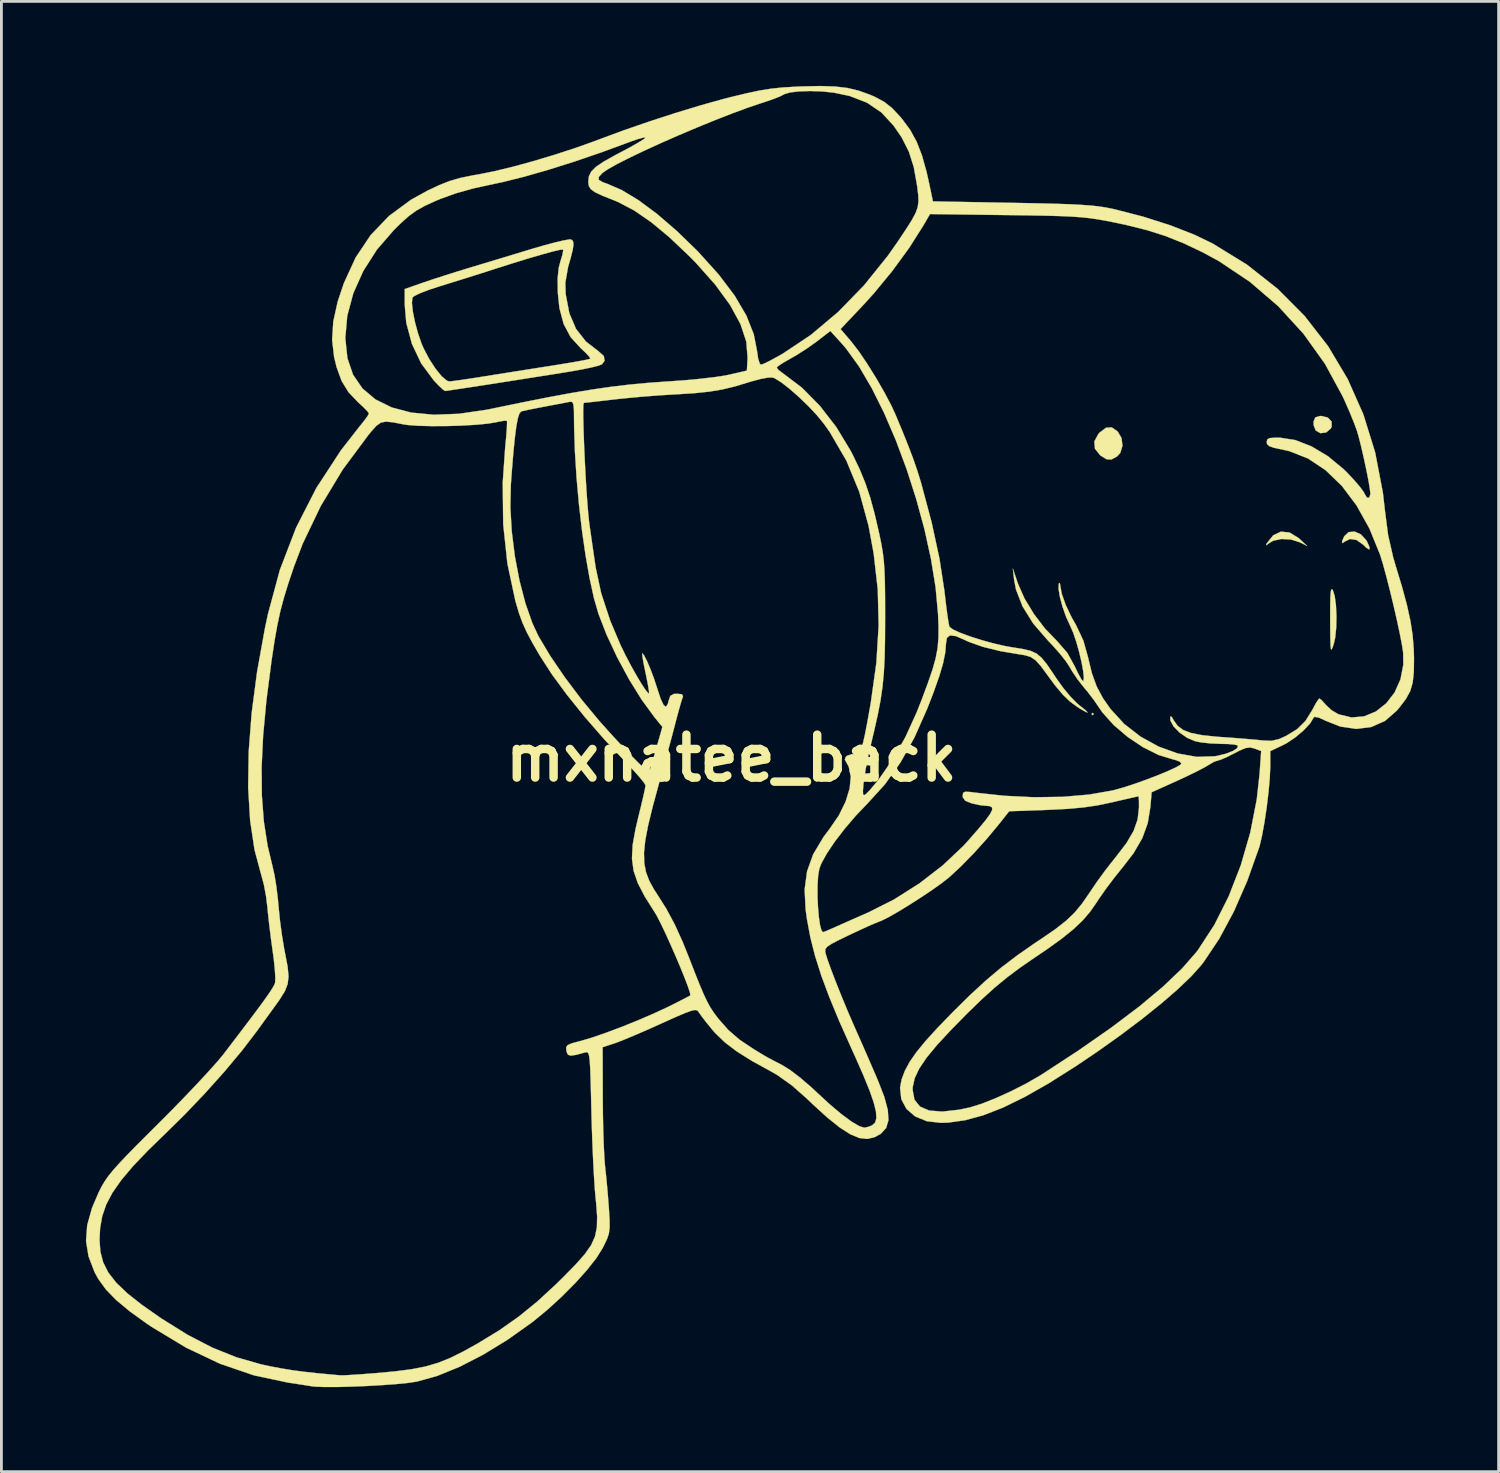
<source format=kicad_pcb>
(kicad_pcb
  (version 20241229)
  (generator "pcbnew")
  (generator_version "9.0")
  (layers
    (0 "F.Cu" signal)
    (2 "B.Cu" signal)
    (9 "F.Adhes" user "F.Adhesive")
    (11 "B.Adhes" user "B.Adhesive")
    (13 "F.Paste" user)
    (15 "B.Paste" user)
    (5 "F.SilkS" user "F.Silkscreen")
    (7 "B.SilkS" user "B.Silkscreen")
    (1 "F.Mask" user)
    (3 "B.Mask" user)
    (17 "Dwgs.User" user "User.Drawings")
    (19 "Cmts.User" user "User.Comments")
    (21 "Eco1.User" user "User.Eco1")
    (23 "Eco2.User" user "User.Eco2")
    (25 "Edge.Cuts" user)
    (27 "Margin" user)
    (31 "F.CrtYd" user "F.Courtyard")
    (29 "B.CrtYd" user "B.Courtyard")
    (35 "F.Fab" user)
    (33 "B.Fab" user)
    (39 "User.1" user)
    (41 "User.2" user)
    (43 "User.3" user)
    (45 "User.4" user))
  (footprint "mxnatee_back"
    (layer "F.Cu")
    (at 22.921 23.871)
    (property "Reference" "mxnatee_back" (at 0 0 0) (layer "F.SilkS") (effects (font (size 1.524 1.524) (thickness 0.3))))
    (attr through_hole)
    (fp_poly (pts (xy 12.869 -1.566) (xy 12.827 -1.524) (xy 12.785 -1.566) (xy 12.827 -1.609) (xy 12.869 -1.566)) (stroke (width 0.01) (type solid)) (fill yes) (layer "F.SilkS"))
    (fp_poly (pts (xy 21.179 -12.094) (xy 21.312 -11.953) (xy 21.315 -11.767) (xy 21.285 -11.705) (xy 21.119 -11.564) (xy 20.915 -11.539) (xy 20.751 -11.633) (xy 20.677 -11.815) (xy 20.673 -11.955) (xy 20.735 -12.1) (xy 20.894 -12.148) (xy 20.946 -12.15) (xy 21.179 -12.094)) (stroke (width 0.01) (type solid)) (fill yes) (layer "F.SilkS"))
    (fp_poly (pts (xy 19.82 -8.012) (xy 20.14 -7.816) (xy 20.17 -7.789) (xy 20.447 -7.534) (xy 20.193 -7.661) (xy 19.873 -7.763) (xy 19.532 -7.782) (xy 19.235 -7.719) (xy 19.106 -7.641) (xy 18.996 -7.558) (xy 18.993 -7.596) (xy 19.006 -7.62) (xy 19.238 -7.912) (xy 19.514 -8.043) (xy 19.82 -8.012)) (stroke (width 0.01) (type solid)) (fill yes) (layer "F.SilkS"))
    (fp_poly (pts (xy 22.352 -7.947) (xy 22.541 -7.742) (xy 22.573 -7.687) (xy 22.663 -7.479) (xy 22.651 -7.406) (xy 22.544 -7.472) (xy 22.436 -7.578) (xy 22.201 -7.746) (xy 21.962 -7.781) (xy 21.776 -7.688) (xy 21.691 -7.633) (xy 21.686 -7.706) (xy 21.762 -7.88) (xy 21.918 -8.026) (xy 22.129 -8.045) (xy 22.352 -7.947)) (stroke (width 0.01) (type solid)) (fill yes) (layer "F.SilkS"))
    (fp_poly (pts (xy 13.711 -11.605) (xy 13.716 -11.599) (xy 13.855 -11.365) (xy 13.886 -11.09) (xy 13.81 -10.839) (xy 13.697 -10.715) (xy 13.495 -10.604) (xy 13.324 -10.611) (xy 13.116 -10.741) (xy 13.092 -10.759) (xy 12.909 -10.988) (xy 12.888 -11.245) (xy 13.029 -11.509) (xy 13.077 -11.561) (xy 13.304 -11.732) (xy 13.504 -11.746) (xy 13.711 -11.605)) (stroke (width 0.01) (type solid)) (fill yes) (layer "F.SilkS"))
    (fp_poly (pts (xy 21.348 -5.98) (xy 21.355 -5.969) (xy 21.424 -5.754) (xy 21.468 -5.423) (xy 21.486 -5.031) (xy 21.477 -4.631) (xy 21.44 -4.274) (xy 21.392 -4.064) (xy 21.344 -3.922) (xy 21.31 -3.855) (xy 21.288 -3.878) (xy 21.274 -4.01) (xy 21.267 -4.269) (xy 21.263 -4.671) (xy 21.262 -4.911) (xy 21.263 -5.394) (xy 21.27 -5.725) (xy 21.285 -5.922) (xy 21.311 -6.001) (xy 21.348 -5.98)) (stroke (width 0.01) (type solid)) (fill yes) (layer "F.SilkS"))
    (fp_poly (pts (xy -5.693 -18.418) (xy -5.628 -18.366) (xy -5.606 -18.259) (xy -5.631 -18.067) (xy -5.706 -17.764) (xy -5.799 -17.441) (xy -5.896 -16.889) (xy -5.884 -16.477) (xy -5.755 -15.8) (xy -5.518 -15.244) (xy -5.164 -14.792) (xy -4.72 -14.449) (xy -4.529 -14.278) (xy -4.503 -14.109) (xy -4.598 -13.984) (xy -4.72 -13.936) (xy -4.974 -13.872) (xy -5.323 -13.8) (xy -5.731 -13.728) (xy -5.762 -13.723) (xy -6.339 -13.63) (xy -6.948 -13.534) (xy -7.565 -13.436) (xy -8.167 -13.342) (xy -8.73 -13.254) (xy -9.232 -13.177) (xy -9.65 -13.113) (xy -9.959 -13.067) (xy -10.137 -13.041) (xy -10.17 -13.038) (xy -10.251 -13.096) (xy -10.408 -13.245) (xy -10.567 -13.412) (xy -11.013 -14.014) (xy -11.344 -14.71) (xy -11.545 -15.458) (xy -11.599 -16.091) (xy -11.599 -16.159) (xy -11.344 -16.159) (xy -11.311 -15.854) (xy -11.236 -15.483) (xy -11.13 -15.091) (xy -11.004 -14.724) (xy -10.925 -14.543) (xy -10.721 -14.158) (xy -10.5 -13.82) (xy -10.288 -13.56) (xy -10.106 -13.406) (xy -10.018 -13.377) (xy -9.888 -13.39) (xy -9.628 -13.425) (xy -9.276 -13.477) (xy -8.869 -13.541) (xy -8.86 -13.542) (xy -8.395 -13.617) (xy -7.825 -13.707) (xy -7.213 -13.804) (xy -6.621 -13.897) (xy -6.44 -13.925) (xy -5.975 -14) (xy -5.571 -14.068) (xy -5.257 -14.125) (xy -5.061 -14.166) (xy -5.009 -14.182) (xy -5.046 -14.254) (xy -5.181 -14.4) (xy -5.351 -14.558) (xy -5.71 -14.952) (xy -5.957 -15.417) (xy -6.107 -15.982) (xy -6.163 -16.525) (xy -6.17 -17.028) (xy -6.131 -17.412) (xy -6.071 -17.64) (xy -6.002 -17.87) (xy -5.973 -18.025) (xy -5.978 -18.057) (xy -6.076 -18.052) (xy -6.319 -17.997) (xy -6.69 -17.896) (xy -7.171 -17.756) (xy -7.747 -17.579) (xy -8.402 -17.371) (xy -8.424 -17.363) (xy -8.934 -17.2) (xy -9.5 -17.022) (xy -10.042 -16.853) (xy -10.36 -16.755) (xy -10.747 -16.628) (xy -11.059 -16.508) (xy -11.263 -16.407) (xy -11.327 -16.351) (xy -11.344 -16.159) (xy -11.599 -16.159) (xy -11.599 -16.657) (xy -10.986 -16.872) (xy -10.65 -16.986) (xy -10.212 -17.128) (xy -9.735 -17.279) (xy -9.356 -17.395) (xy -8.882 -17.538) (xy -8.313 -17.71) (xy -7.716 -17.891) (xy -7.157 -18.06) (xy -7.079 -18.084) (xy -6.636 -18.213) (xy -6.245 -18.317) (xy -5.936 -18.389) (xy -5.741 -18.42) (xy -5.693 -18.418)) (stroke (width 0.01) (type solid)) (fill yes) (layer "F.SilkS"))
    (fp_poly (pts (xy 3.681 -23.849) (xy 4.122 -23.797) (xy 4.521 -23.701) (xy 4.918 -23.558) (xy 5.102 -23.479) (xy 5.428 -23.303) (xy 5.715 -23.076) (xy 6.017 -22.75) (xy 6.057 -22.702) (xy 6.346 -22.312) (xy 6.577 -21.892) (xy 6.767 -21.404) (xy 6.933 -20.809) (xy 7.023 -20.405) (xy 7.156 -19.77) (xy 9.991 -19.718) (xy 10.791 -19.703) (xy 11.443 -19.687) (xy 11.971 -19.67) (xy 12.396 -19.649) (xy 12.741 -19.624) (xy 13.028 -19.594) (xy 13.279 -19.556) (xy 13.518 -19.509) (xy 13.613 -19.488) (xy 14.632 -19.225) (xy 15.589 -18.919) (xy 16.446 -18.584) (xy 17.088 -18.274) (xy 18.303 -17.527) (xy 19.393 -16.668) (xy 20.356 -15.7) (xy 21.187 -14.63) (xy 21.884 -13.462) (xy 22.443 -12.201) (xy 22.861 -10.852) (xy 23.135 -9.42) (xy 23.208 -8.78) (xy 23.32 -7.918) (xy 23.501 -7.124) (xy 23.582 -6.85) (xy 23.814 -6.082) (xy 23.988 -5.436) (xy 24.111 -4.878) (xy 24.189 -4.373) (xy 24.229 -3.887) (xy 24.239 -3.556) (xy 24.233 -3.061) (xy 24.193 -2.685) (xy 24.104 -2.379) (xy 23.948 -2.096) (xy 23.711 -1.785) (xy 23.626 -1.685) (xy 23.212 -1.324) (xy 22.727 -1.107) (xy 22.191 -1.038) (xy 21.626 -1.121) (xy 21.126 -1.318) (xy 20.856 -1.441) (xy 20.708 -1.466) (xy 20.671 -1.433) (xy 20.547 -1.229) (xy 20.318 -0.985) (xy 20.028 -0.74) (xy 19.722 -0.534) (xy 19.593 -0.466) (xy 19.135 -0.249) (xy 19.135 0.296) (xy 19.118 0.701) (xy 19.074 1.199) (xy 19.009 1.739) (xy 18.93 2.271) (xy 18.844 2.746) (xy 18.758 3.113) (xy 18.739 3.175) (xy 18.318 4.358) (xy 17.843 5.444) (xy 17.325 6.41) (xy 16.774 7.234) (xy 16.679 7.357) (xy 16.328 7.749) (xy 15.847 8.209) (xy 15.254 8.722) (xy 14.568 9.272) (xy 13.807 9.845) (xy 12.989 10.427) (xy 12.23 10.939) (xy 11.274 11.543) (xy 10.418 12.03) (xy 9.649 12.407) (xy 8.95 12.68) (xy 8.307 12.856) (xy 7.704 12.941) (xy 7.451 12.951) (xy 6.941 12.893) (xy 6.525 12.722) (xy 6.217 12.455) (xy 6.033 12.11) (xy 5.997 11.776) (xy 6.435 11.776) (xy 6.5 12.127) (xy 6.698 12.373) (xy 7.027 12.514) (xy 7.489 12.551) (xy 8.084 12.484) (xy 8.476 12.401) (xy 8.884 12.274) (xy 9.384 12.076) (xy 9.927 11.83) (xy 10.465 11.556) (xy 10.947 11.279) (xy 11.007 11.242) (xy 12.325 10.381) (xy 13.484 9.573) (xy 14.482 8.82) (xy 15.32 8.12) (xy 15.998 7.475) (xy 16.515 6.883) (xy 16.569 6.812) (xy 17.148 5.923) (xy 17.658 4.909) (xy 18.088 3.805) (xy 18.424 2.646) (xy 18.655 1.467) (xy 18.754 0.572) (xy 18.812 -0.252) (xy 18.577 -0.341) (xy 18.422 -0.379) (xy 18.259 -0.358) (xy 18.035 -0.264) (xy 17.859 -0.173) (xy 17.593 -0.039) (xy 17.379 0.054) (xy 17.273 0.085) (xy 17.137 0.13) (xy 16.95 0.239) (xy 16.946 0.242) (xy 16.779 0.34) (xy 16.499 0.485) (xy 16.146 0.656) (xy 15.822 0.806) (xy 14.922 1.212) (xy 14.879 1.728) (xy 14.784 2.309) (xy 14.59 2.844) (xy 14.28 3.376) (xy 13.907 3.86) (xy 13.612 4.226) (xy 13.31 4.627) (xy 13.051 4.996) (xy 12.966 5.127) (xy 12.737 5.456) (xy 12.472 5.765) (xy 12.145 6.075) (xy 11.734 6.406) (xy 11.215 6.781) (xy 10.753 7.094) (xy 10.249 7.441) (xy 9.792 7.783) (xy 9.349 8.149) (xy 8.889 8.565) (xy 8.382 9.057) (xy 7.809 9.64) (xy 7.307 10.18) (xy 6.93 10.637) (xy 6.667 11.028) (xy 6.507 11.369) (xy 6.439 11.679) (xy 6.435 11.776) (xy 5.997 11.776) (xy 5.989 11.703) (xy 6.046 11.404) (xy 6.16 11.101) (xy 6.329 10.788) (xy 6.566 10.446) (xy 6.886 10.054) (xy 7.306 9.592) (xy 7.839 9.042) (xy 7.853 9.027) (xy 8.475 8.413) (xy 9.035 7.897) (xy 9.576 7.441) (xy 10.142 7.01) (xy 10.774 6.569) (xy 11.007 6.415) (xy 11.499 6.077) (xy 11.879 5.78) (xy 12.184 5.488) (xy 12.452 5.165) (xy 12.721 4.775) (xy 12.738 4.749) (xy 12.989 4.38) (xy 13.294 3.962) (xy 13.597 3.576) (xy 13.655 3.505) (xy 14.032 3.013) (xy 14.284 2.58) (xy 14.426 2.174) (xy 14.473 1.761) (xy 14.473 1.757) (xy 14.472 1.522) (xy 14.463 1.377) (xy 14.455 1.355) (xy 14.369 1.373) (xy 14.152 1.422) (xy 13.837 1.494) (xy 13.503 1.572) (xy 13.003 1.676) (xy 12.502 1.75) (xy 11.945 1.801) (xy 11.278 1.835) (xy 11.218 1.837) (xy 9.864 1.886) (xy 9.525 2.315) (xy 9.088 2.843) (xy 8.615 3.369) (xy 8.148 3.847) (xy 7.731 4.233) (xy 7.709 4.251) (xy 7.456 4.448) (xy 7.118 4.688) (xy 6.728 4.948) (xy 6.323 5.208) (xy 5.935 5.445) (xy 5.599 5.638) (xy 5.349 5.764) (xy 5.267 5.796) (xy 5.115 5.856) (xy 4.85 5.971) (xy 4.511 6.127) (xy 4.181 6.282) (xy 3.8 6.466) (xy 3.549 6.598) (xy 3.403 6.696) (xy 3.338 6.779) (xy 3.331 6.865) (xy 3.342 6.923) (xy 3.417 7.165) (xy 3.548 7.529) (xy 3.721 7.979) (xy 3.923 8.484) (xy 4.141 9.008) (xy 4.361 9.518) (xy 4.402 9.61) (xy 4.618 10.099) (xy 4.86 10.65) (xy 5.089 11.18) (xy 5.202 11.442) (xy 5.43 12.028) (xy 5.555 12.495) (xy 5.577 12.859) (xy 5.494 13.135) (xy 5.305 13.34) (xy 5.079 13.462) (xy 4.825 13.521) (xy 4.544 13.489) (xy 4.223 13.356) (xy 3.848 13.116) (xy 3.404 12.76) (xy 2.877 12.28) (xy 2.677 12.088) (xy 2.148 11.621) (xy 1.629 11.252) (xy 1.407 11.124) (xy 0.732 10.753) (xy 0.193 10.415) (xy -0.234 10.09) (xy -0.576 9.76) (xy -0.679 9.642) (xy -0.89 9.383) (xy -1.063 9.158) (xy -1.165 9.013) (xy -1.171 9.004) (xy -1.215 8.956) (xy -1.292 8.942) (xy -1.426 8.971) (xy -1.64 9.049) (xy -1.956 9.183) (xy -2.398 9.382) (xy -2.489 9.423) (xy -2.947 9.629) (xy -3.387 9.82) (xy -3.77 9.98) (xy -4.056 10.093) (xy -4.149 10.126) (xy -4.572 10.264) (xy -4.567 12.054) (xy -4.562 12.639) (xy -4.55 13.215) (xy -4.532 13.742) (xy -4.51 14.181) (xy -4.486 14.495) (xy -4.483 14.52) (xy -4.439 14.93) (xy -4.394 15.42) (xy -4.356 15.901) (xy -4.348 16.024) (xy -4.325 16.408) (xy -4.323 16.676) (xy -4.35 16.88) (xy -4.414 17.072) (xy -4.525 17.305) (xy -4.569 17.393) (xy -4.791 17.748) (xy -5.124 18.172) (xy -5.542 18.637) (xy -6.018 19.116) (xy -6.524 19.58) (xy -7.034 20) (xy -7.096 20.047) (xy -7.954 20.656) (xy -8.816 21.183) (xy -9.655 21.614) (xy -10.445 21.936) (xy -11.16 22.136) (xy -11.182 22.14) (xy -11.488 22.186) (xy -11.909 22.227) (xy -12.407 22.264) (xy -12.946 22.295) (xy -13.488 22.317) (xy -13.997 22.33) (xy -14.435 22.331) (xy -14.765 22.319) (xy -14.901 22.304) (xy -15.089 22.273) (xy -15.383 22.228) (xy -15.721 22.177) (xy -15.743 22.174) (xy -16.953 21.917) (xy -18.158 21.505) (xy -19.365 20.932) (xy -20.585 20.196) (xy -20.743 20.09) (xy -21.362 19.645) (xy -21.845 19.243) (xy -22.213 18.864) (xy -22.485 18.487) (xy -22.613 18.251) (xy -22.828 17.69) (xy -22.916 17.143) (xy -22.913 17.101) (xy -22.437 17.101) (xy -22.407 17.522) (xy -22.307 17.905) (xy -22.124 18.268) (xy -21.843 18.628) (xy -21.45 19.004) (xy -20.932 19.413) (xy -20.275 19.873) (xy -20.235 19.9) (xy -19.307 20.479) (xy -18.432 20.932) (xy -17.574 21.276) (xy -16.694 21.527) (xy -16.375 21.596) (xy -15.977 21.671) (xy -15.6 21.733) (xy -15.199 21.786) (xy -14.733 21.838) (xy -14.158 21.892) (xy -13.876 21.917) (xy -13.744 21.915) (xy -13.479 21.9) (xy -13.12 21.876) (xy -12.704 21.844) (xy -12.661 21.841) (xy -11.946 21.775) (xy -11.361 21.7) (xy -10.864 21.603) (xy -10.418 21.472) (xy -9.981 21.297) (xy -9.513 21.065) (xy -8.986 20.771) (xy -8.233 20.311) (xy -7.554 19.833) (xy -6.9 19.302) (xy -6.223 18.677) (xy -5.961 18.42) (xy -5.527 17.977) (xy -5.204 17.612) (xy -4.981 17.294) (xy -4.843 16.987) (xy -4.776 16.659) (xy -4.767 16.276) (xy -4.802 15.805) (xy -4.821 15.629) (xy -4.852 15.272) (xy -4.883 14.783) (xy -4.913 14.2) (xy -4.94 13.561) (xy -4.962 12.904) (xy -4.971 12.545) (xy -4.986 11.889) (xy -5 11.383) (xy -5.014 11.008) (xy -5.03 10.746) (xy -5.051 10.577) (xy -5.078 10.483) (xy -5.114 10.444) (xy -5.161 10.442) (xy -5.198 10.452) (xy -5.512 10.536) (xy -5.702 10.564) (xy -5.802 10.532) (xy -5.849 10.436) (xy -5.859 10.389) (xy -5.869 10.272) (xy -5.819 10.193) (xy -5.675 10.129) (xy -5.404 10.055) (xy -5.366 10.046) (xy -4.97 9.931) (xy -4.466 9.757) (xy -3.898 9.544) (xy -3.309 9.307) (xy -2.744 9.063) (xy -2.245 8.831) (xy -2.159 8.788) (xy -1.856 8.635) (xy -1.618 8.512) (xy -1.479 8.438) (xy -1.458 8.426) (xy -1.469 8.334) (xy -1.54 8.118) (xy -1.658 7.808) (xy -1.81 7.431) (xy -1.985 7.019) (xy -2.169 6.6) (xy -2.349 6.203) (xy -2.515 5.857) (xy -2.652 5.592) (xy -2.723 5.473) (xy -3.077 4.913) (xy -3.324 4.436) (xy -3.473 4) (xy -3.531 3.563) (xy -3.506 3.082) (xy -3.404 2.514) (xy -3.311 2.121) (xy -3.212 1.715) (xy -3.129 1.365) (xy -3.072 1.106) (xy -3.048 0.972) (xy -3.048 0.966) (xy -3.104 0.869) (xy -3.257 0.68) (xy -3.485 0.425) (xy -3.763 0.131) (xy -3.779 0.114) (xy -4.517 -0.672) (xy -5.211 -1.469) (xy -5.838 -2.248) (xy -6.377 -2.981) (xy -6.803 -3.641) (xy -7.072 -4.106) (xy -7.27 -4.479) (xy -7.419 -4.809) (xy -7.541 -5.145) (xy -7.657 -5.536) (xy -7.674 -5.598) (xy -7.954 -6.908) (xy -8.103 -8.309) (xy -8.11 -8.9) (xy -7.849 -8.9) (xy -7.798 -8.044) (xy -7.688 -7.165) (xy -7.524 -6.304) (xy -7.315 -5.501) (xy -7.067 -4.793) (xy -6.852 -4.333) (xy -6.432 -3.629) (xy -5.911 -2.864) (xy -5.32 -2.08) (xy -4.69 -1.321) (xy -4.605 -1.225) (xy -4.249 -0.829) (xy -3.899 -0.451) (xy -3.577 -0.113) (xy -3.299 0.168) (xy -3.086 0.372) (xy -2.954 0.481) (xy -2.922 0.492) (xy -2.891 0.404) (xy -2.825 0.191) (xy -2.735 -0.113) (xy -2.675 -0.321) (xy -2.45 -1.108) (xy -2.739 -1.464) (xy -3.185 -2.075) (xy -3.635 -2.801) (xy -4.061 -3.59) (xy -4.434 -4.389) (xy -4.719 -5.122) (xy -4.88 -5.68) (xy -5.033 -6.376) (xy -5.175 -7.18) (xy -5.303 -8.064) (xy -5.411 -8.995) (xy -5.497 -9.944) (xy -5.556 -10.88) (xy -5.585 -11.773) (xy -5.588 -12.078) (xy -5.591 -12.313) (xy -5.262 -12.313) (xy -5.258 -11.976) (xy -5.246 -11.549) (xy -5.228 -11.061) (xy -5.204 -10.538) (xy -5.176 -10.006) (xy -5.145 -9.493) (xy -5.112 -9.025) (xy -5.078 -8.629) (xy -5.046 -8.331) (xy -5.041 -8.297) (xy -4.975 -7.839) (xy -4.906 -7.36) (xy -4.844 -6.937) (xy -4.821 -6.777) (xy -4.625 -5.862) (xy -4.301 -4.876) (xy -3.942 -4.029) (xy -3.766 -3.666) (xy -3.572 -3.296) (xy -3.376 -2.946) (xy -3.197 -2.645) (xy -3.049 -2.422) (xy -2.952 -2.306) (xy -2.924 -2.298) (xy -2.928 -2.389) (xy -2.963 -2.604) (xy -3.022 -2.904) (xy -3.048 -3.027) (xy -3.113 -3.343) (xy -3.156 -3.585) (xy -3.171 -3.714) (xy -3.168 -3.725) (xy -3.101 -3.651) (xy -2.999 -3.453) (xy -2.877 -3.167) (xy -2.751 -2.833) (xy -2.637 -2.486) (xy -2.636 -2.481) (xy -2.509 -2.099) (xy -2.405 -1.881) (xy -2.323 -1.824) (xy -2.257 -1.925) (xy -2.232 -2.026) (xy -2.169 -2.211) (xy -2.042 -2.28) (xy -1.928 -2.286) (xy -1.756 -2.269) (xy -1.717 -2.199) (xy -1.737 -2.138) (xy -1.784 -1.994) (xy -1.859 -1.731) (xy -1.951 -1.392) (xy -2.004 -1.185) (xy -2.103 -0.81) (xy -2.233 -0.325) (xy -2.38 0.216) (xy -2.531 0.759) (xy -2.586 0.955) (xy -2.798 1.737) (xy -2.955 2.382) (xy -3.057 2.914) (xy -3.103 3.355) (xy -3.094 3.728) (xy -3.03 4.057) (xy -2.913 4.363) (xy -2.742 4.671) (xy -2.65 4.811) (xy -2.309 5.351) (xy -2.013 5.903) (xy -1.731 6.523) (xy -1.528 7.027) (xy -1.304 7.603) (xy -1.126 8.047) (xy -0.983 8.385) (xy -0.86 8.644) (xy -0.747 8.85) (xy -0.63 9.029) (xy -0.496 9.209) (xy -0.463 9.252) (xy -0.109 9.653) (xy 0.289 9.997) (xy 0.79 10.332) (xy 0.817 10.348) (xy 1.026 10.475) (xy 1.185 10.572) (xy 1.326 10.65) (xy 1.562 10.775) (xy 1.794 10.894) (xy 2.086 11.075) (xy 2.45 11.352) (xy 2.846 11.693) (xy 3.047 11.881) (xy 3.498 12.297) (xy 3.911 12.644) (xy 4.267 12.907) (xy 4.547 13.071) (xy 4.721 13.123) (xy 4.888 13.085) (xy 5.001 13.036) (xy 5.104 12.94) (xy 5.149 12.783) (xy 5.134 12.55) (xy 5.055 12.229) (xy 4.907 11.804) (xy 4.687 11.263) (xy 4.391 10.592) (xy 4.272 10.329) (xy 3.834 9.349) (xy 3.478 8.488) (xy 3.192 7.721) (xy 2.971 7.023) (xy 2.805 6.369) (xy 2.686 5.734) (xy 2.636 5.376) (xy 2.612 4.889) (xy 3.058 4.889) (xy 3.074 5.276) (xy 3.105 5.635) (xy 3.148 5.929) (xy 3.202 6.123) (xy 3.255 6.181) (xy 3.34 6.149) (xy 3.539 6.064) (xy 3.812 5.943) (xy 3.864 5.92) (xy 4.225 5.759) (xy 4.594 5.596) (xy 4.868 5.476) (xy 5.777 5.018) (xy 6.673 4.45) (xy 7.508 3.806) (xy 8.233 3.121) (xy 8.386 2.954) (xy 8.76 2.526) (xy 9.026 2.206) (xy 9.191 1.979) (xy 9.264 1.829) (xy 9.251 1.742) (xy 9.161 1.701) (xy 9.033 1.693) (xy 8.828 1.67) (xy 8.567 1.614) (xy 8.53 1.604) (xy 8.307 1.515) (xy 8.219 1.396) (xy 8.213 1.339) (xy 8.228 1.235) (xy 8.302 1.193) (xy 8.479 1.201) (xy 8.615 1.22) (xy 9.679 1.336) (xy 10.737 1.388) (xy 11.753 1.374) (xy 12.689 1.295) (xy 13.51 1.153) (xy 13.61 1.129) (xy 13.944 1.035) (xy 14.332 0.908) (xy 14.742 0.761) (xy 15.141 0.608) (xy 15.496 0.461) (xy 15.774 0.333) (xy 15.943 0.236) (xy 15.978 0.2) (xy 15.925 0.125) (xy 15.749 0.059) (xy 15.688 0.046) (xy 15.17 -0.112) (xy 14.616 -0.389) (xy 14.069 -0.755) (xy 13.573 -1.178) (xy 13.17 -1.628) (xy 13.037 -1.823) (xy 12.867 -2.071) (xy 12.645 -2.36) (xy 12.515 -2.515) (xy 12.296 -2.793) (xy 12.098 -3.087) (xy 12.016 -3.231) (xy 11.88 -3.439) (xy 11.658 -3.718) (xy 11.387 -4.023) (xy 11.235 -4.182) (xy 10.719 -4.779) (xy 10.338 -5.389) (xy 10.105 -5.99) (xy 10.043 -6.308) (xy 9.993 -6.731) (xy 10.182 -6.179) (xy 10.411 -5.664) (xy 10.742 -5.119) (xy 11.134 -4.603) (xy 11.545 -4.177) (xy 11.553 -4.17) (xy 11.929 -3.738) (xy 12.192 -3.26) (xy 12.321 -2.99) (xy 12.426 -2.802) (xy 12.489 -2.728) (xy 12.495 -2.73) (xy 12.516 -2.85) (xy 12.492 -3.091) (xy 12.433 -3.411) (xy 12.348 -3.772) (xy 12.246 -4.134) (xy 12.137 -4.455) (xy 12.034 -4.691) (xy 11.887 -5.012) (xy 11.76 -5.371) (xy 11.666 -5.72) (xy 11.617 -6.012) (xy 11.627 -6.199) (xy 11.629 -6.204) (xy 11.663 -6.219) (xy 11.677 -6.128) (xy 11.735 -5.823) (xy 11.875 -5.432) (xy 12.079 -5.004) (xy 12.233 -4.735) (xy 12.496 -4.179) (xy 12.661 -3.592) (xy 12.8 -3.017) (xy 12.969 -2.55) (xy 13.196 -2.126) (xy 13.46 -1.748) (xy 13.949 -1.214) (xy 14.531 -0.763) (xy 15.176 -0.408) (xy 15.852 -0.165) (xy 16.526 -0.046) (xy 17.167 -0.067) (xy 17.235 -0.078) (xy 17.559 -0.157) (xy 17.812 -0.255) (xy 17.964 -0.356) (xy 17.984 -0.444) (xy 17.977 -0.452) (xy 17.869 -0.481) (xy 17.643 -0.501) (xy 17.364 -0.508) (xy 17.009 -0.523) (xy 16.667 -0.561) (xy 16.468 -0.601) (xy 16.183 -0.722) (xy 15.913 -0.91) (xy 15.701 -1.127) (xy 15.589 -1.333) (xy 15.582 -1.392) (xy 15.595 -1.492) (xy 15.641 -1.457) (xy 15.711 -1.335) (xy 15.85 -1.143) (xy 16.045 -0.999) (xy 16.323 -0.893) (xy 16.71 -0.816) (xy 17.232 -0.761) (xy 17.441 -0.746) (xy 17.89 -0.714) (xy 18.315 -0.68) (xy 18.668 -0.649) (xy 18.89 -0.626) (xy 19.183 -0.615) (xy 19.448 -0.677) (xy 19.694 -0.788) (xy 20.092 -1.031) (xy 20.384 -1.32) (xy 20.629 -1.713) (xy 20.651 -1.757) (xy 20.766 -1.968) (xy 20.855 -2.097) (xy 20.881 -2.117) (xy 20.962 -2.057) (xy 21.092 -1.911) (xy 21.105 -1.895) (xy 21.311 -1.703) (xy 21.559 -1.556) (xy 22.021 -1.445) (xy 22.47 -1.484) (xy 22.887 -1.657) (xy 23.253 -1.946) (xy 23.55 -2.331) (xy 23.758 -2.796) (xy 23.86 -3.322) (xy 23.853 -3.752) (xy 23.811 -4.029) (xy 23.733 -4.43) (xy 23.629 -4.915) (xy 23.507 -5.446) (xy 23.377 -5.983) (xy 23.248 -6.486) (xy 23.13 -6.916) (xy 23.031 -7.234) (xy 22.653 -8.16) (xy 22.199 -8.973) (xy 21.679 -9.665) (xy 21.102 -10.223) (xy 20.478 -10.639) (xy 19.817 -10.9) (xy 19.591 -10.951) (xy 19.277 -11.017) (xy 19.098 -11.079) (xy 19.02 -11.154) (xy 19.008 -11.223) (xy 19.028 -11.317) (xy 19.116 -11.365) (xy 19.31 -11.38) (xy 19.481 -11.379) (xy 20.025 -11.294) (xy 20.604 -11.068) (xy 21.186 -10.719) (xy 21.741 -10.261) (xy 21.851 -10.153) (xy 22.106 -9.882) (xy 22.315 -9.639) (xy 22.449 -9.458) (xy 22.478 -9.4) (xy 22.562 -9.256) (xy 22.648 -9.246) (xy 22.691 -9.374) (xy 22.691 -9.385) (xy 22.671 -9.565) (xy 22.62 -9.866) (xy 22.545 -10.244) (xy 22.457 -10.655) (xy 22.365 -11.057) (xy 22.277 -11.404) (xy 22.21 -11.635) (xy 22.114 -11.895) (xy 21.969 -12.251) (xy 21.798 -12.644) (xy 21.702 -12.854) (xy 21.076 -14.005) (xy 20.309 -15.076) (xy 19.415 -16.051) (xy 18.41 -16.914) (xy 17.31 -17.65) (xy 16.714 -17.973) (xy 16.045 -18.289) (xy 15.412 -18.541) (xy 14.758 -18.748) (xy 14.022 -18.932) (xy 13.618 -19.018) (xy 13.292 -19.083) (xy 13.002 -19.134) (xy 12.72 -19.175) (xy 12.423 -19.206) (xy 12.085 -19.23) (xy 11.68 -19.248) (xy 11.182 -19.262) (xy 10.568 -19.273) (xy 9.81 -19.284) (xy 9.77 -19.284) (xy 7.053 -19.32) (xy 6.815 -18.91) (xy 6.313 -18.119) (xy 5.712 -17.297) (xy 5.06 -16.505) (xy 4.698 -16.106) (xy 3.877 -15.237) (xy 4.265 -14.782) (xy 4.524 -14.446) (xy 4.823 -14.004) (xy 5.136 -13.502) (xy 5.432 -12.989) (xy 5.683 -12.513) (xy 5.831 -12.192) (xy 6.093 -11.561) (xy 6.298 -11.048) (xy 6.461 -10.617) (xy 6.594 -10.232) (xy 6.711 -9.856) (xy 6.74 -9.759) (xy 7.112 -8.366) (xy 7.388 -7.09) (xy 7.564 -5.941) (xy 7.573 -5.861) (xy 7.622 -5.44) (xy 7.67 -5.078) (xy 7.711 -4.81) (xy 7.74 -4.67) (xy 7.745 -4.66) (xy 7.868 -4.569) (xy 8.121 -4.453) (xy 8.467 -4.325) (xy 8.87 -4.196) (xy 9.295 -4.078) (xy 9.704 -3.984) (xy 9.97 -3.936) (xy 10.347 -3.876) (xy 10.623 -3.811) (xy 10.834 -3.715) (xy 11.015 -3.563) (xy 11.204 -3.331) (xy 11.436 -2.991) (xy 11.542 -2.829) (xy 11.783 -2.494) (xy 12.044 -2.18) (xy 12.279 -1.941) (xy 12.347 -1.885) (xy 12.57 -1.708) (xy 12.652 -1.623) (xy 12.595 -1.635) (xy 12.401 -1.745) (xy 12.296 -1.811) (xy 12.024 -2.009) (xy 11.765 -2.259) (xy 11.485 -2.594) (xy 11.214 -2.963) (xy 10.984 -3.275) (xy 10.804 -3.474) (xy 10.634 -3.59) (xy 10.432 -3.653) (xy 10.245 -3.683) (xy 9.551 -3.8) (xy 8.933 -3.952) (xy 8.431 -4.129) (xy 8.292 -4.194) (xy 7.972 -4.333) (xy 7.764 -4.359) (xy 7.653 -4.271) (xy 7.62 -4.071) (xy 7.596 -3.756) (xy 7.519 -3.378) (xy 7.383 -2.915) (xy 7.182 -2.344) (xy 6.955 -1.759) (xy 6.499 -0.731) (xy 6.003 0.156) (xy 5.451 0.931) (xy 4.836 1.607) (xy 4.422 2.04) (xy 4.029 2.5) (xy 3.678 2.956) (xy 3.393 3.379) (xy 3.195 3.738) (xy 3.122 3.929) (xy 3.08 4.179) (xy 3.06 4.511) (xy 3.058 4.889) (xy 2.612 4.889) (xy 2.601 4.662) (xy 2.687 4.021) (xy 2.904 3.415) (xy 3.266 2.808) (xy 3.491 2.507) (xy 3.819 2.028) (xy 4.058 1.539) (xy 4.201 1.07) (xy 4.24 0.648) (xy 4.167 0.303) (xy 4.108 0.197) (xy 4.028 0.052) (xy 4.061 -0.044) (xy 4.104 -0.083) (xy 4.281 -0.144) (xy 4.385 -0.133) (xy 4.464 -0.126) (xy 4.533 -0.174) (xy 4.598 -0.293) (xy 4.665 -0.503) (xy 4.739 -0.822) (xy 4.825 -1.268) (xy 4.931 -1.859) (xy 4.953 -1.99) (xy 5.148 -3.388) (xy 5.229 -4.704) (xy 5.198 -5.984) (xy 5.052 -7.27) (xy 4.871 -8.25) (xy 4.54 -9.46) (xy 4.083 -10.565) (xy 3.493 -11.579) (xy 3.288 -11.869) (xy 3.041 -12.172) (xy 2.734 -12.499) (xy 2.399 -12.822) (xy 2.067 -13.114) (xy 1.77 -13.345) (xy 1.537 -13.489) (xy 1.464 -13.516) (xy 1.298 -13.513) (xy 1.026 -13.462) (xy 0.698 -13.374) (xy 0.618 -13.349) (xy 0.132 -13.201) (xy -0.317 -13.093) (xy -0.78 -13.015) (xy -1.306 -12.96) (xy -1.944 -12.919) (xy -2.032 -12.915) (xy -2.58 -12.881) (xy -3.204 -12.832) (xy -3.812 -12.775) (xy -4.148 -12.739) (xy -4.552 -12.692) (xy -4.89 -12.653) (xy -5.13 -12.627) (xy -5.238 -12.615) (xy -5.241 -12.615) (xy -5.256 -12.535) (xy -5.262 -12.313) (xy -5.591 -12.313) (xy -5.593 -12.394) (xy -5.613 -12.573) (xy -5.656 -12.649) (xy -5.732 -12.655) (xy -5.736 -12.654) (xy -5.884 -12.625) (xy -6.15 -12.574) (xy -6.484 -12.511) (xy -6.604 -12.488) (xy -6.949 -12.422) (xy -7.24 -12.363) (xy -7.429 -12.321) (xy -7.462 -12.312) (xy -7.523 -12.246) (xy -7.58 -12.078) (xy -7.635 -11.796) (xy -7.688 -11.387) (xy -7.743 -10.84) (xy -7.8 -10.142) (xy -7.832 -9.694) (xy -7.849 -8.9) (xy -8.11 -8.9) (xy -8.12 -9.78) (xy -8.033 -11.031) (xy -7.997 -11.405) (xy -7.974 -11.712) (xy -7.966 -11.915) (xy -7.972 -11.979) (xy -8.067 -11.982) (xy -8.265 -11.948) (xy -8.342 -11.93) (xy -8.647 -11.878) (xy -9.075 -11.838) (xy -9.581 -11.808) (xy -10.121 -11.792) (xy -10.65 -11.79) (xy -11.124 -11.802) (xy -11.498 -11.83) (xy -11.642 -11.852) (xy -12.013 -11.925) (xy -12.266 -11.95) (xy -12.448 -11.914) (xy -12.606 -11.802) (xy -12.788 -11.6) (xy -12.892 -11.472) (xy -13.799 -10.25) (xy -14.581 -8.955) (xy -15.222 -7.617) (xy -15.534 -6.798) (xy -15.736 -6.197) (xy -15.893 -5.684) (xy -16.019 -5.209) (xy -16.124 -4.72) (xy -16.222 -4.169) (xy -16.322 -3.505) (xy -16.333 -3.429) (xy -16.511 -2.049) (xy -16.627 -0.808) (xy -16.681 0.311) (xy -16.673 1.325) (xy -16.602 2.253) (xy -16.468 3.113) (xy -16.288 3.866) (xy -16.22 4.171) (xy -16.155 4.579) (xy -16.102 5.023) (xy -16.082 5.249) (xy -16.032 5.745) (xy -15.959 6.294) (xy -15.874 6.803) (xy -15.843 6.958) (xy -15.757 7.409) (xy -15.725 7.748) (xy -15.757 8.023) (xy -15.861 8.285) (xy -16.048 8.583) (xy -16.181 8.77) (xy -16.419 9.098) (xy -16.668 9.442) (xy -16.849 9.692) (xy -17.376 10.382) (xy -18.005 11.134) (xy -18.7 11.91) (xy -19.428 12.672) (xy -20.074 13.307) (xy -20.726 13.941) (xy -21.253 14.494) (xy -21.666 14.984) (xy -21.977 15.429) (xy -22.199 15.849) (xy -22.341 16.263) (xy -22.416 16.687) (xy -22.437 17.101) (xy -22.913 17.101) (xy -22.874 16.579) (xy -22.702 15.967) (xy -22.468 15.42) (xy -22.369 15.224) (xy -22.263 15.042) (xy -22.135 14.856) (xy -21.969 14.649) (xy -21.75 14.402) (xy -21.463 14.098) (xy -21.092 13.72) (xy -20.622 13.25) (xy -20.366 12.996) (xy -19.879 12.507) (xy -19.403 12.018) (xy -18.96 11.552) (xy -18.571 11.132) (xy -18.258 10.782) (xy -18.043 10.524) (xy -18.029 10.506) (xy -17.536 9.86) (xy -17.138 9.335) (xy -16.824 8.917) (xy -16.586 8.592) (xy -16.415 8.349) (xy -16.3 8.173) (xy -16.232 8.051) (xy -16.203 7.978) (xy -16.194 7.816) (xy -16.21 7.532) (xy -16.246 7.17) (xy -16.285 6.877) (xy -16.35 6.409) (xy -16.411 5.914) (xy -16.46 5.47) (xy -16.476 5.292) (xy -16.526 4.893) (xy -16.601 4.491) (xy -16.687 4.17) (xy -16.69 4.161) (xy -16.934 3.252) (xy -17.09 2.209) (xy -17.159 1.044) (xy -17.14 -0.232) (xy -17.034 -1.609) (xy -16.841 -3.076) (xy -16.562 -4.62) (xy -16.457 -5.115) (xy -16.031 -6.69) (xy -15.458 -8.182) (xy -14.737 -9.594) (xy -13.864 -10.931) (xy -13.233 -11.74) (xy -13.049 -11.969) (xy -12.918 -12.148) (xy -12.869 -12.237) (xy -12.928 -12.321) (xy -13.081 -12.477) (xy -13.254 -12.636) (xy -13.592 -12.989) (xy -13.839 -13.39) (xy -14.02 -13.885) (xy -14.107 -14.243) (xy -14.178 -14.854) (xy -14.174 -14.916) (xy -13.71 -14.916) (xy -13.635 -14.202) (xy -13.435 -13.616) (xy -13.101 -13.128) (xy -12.64 -12.739) (xy -12.06 -12.452) (xy -11.367 -12.27) (xy -10.568 -12.194) (xy -9.67 -12.228) (xy -8.68 -12.373) (xy -8.509 -12.408) (xy -7.438 -12.629) (xy -6.506 -12.814) (xy -5.684 -12.966) (xy -4.947 -13.089) (xy -4.269 -13.187) (xy -3.623 -13.264) (xy -2.982 -13.324) (xy -2.32 -13.372) (xy -2.173 -13.381) (xy -1.637 -13.42) (xy -1.106 -13.47) (xy -0.626 -13.526) (xy -0.243 -13.583) (xy -0.083 -13.615) (xy 0.55 -13.762) (xy 0.556 -13.866) (xy 1.609 -13.866) (xy 1.673 -13.783) (xy 1.829 -13.666) (xy 1.841 -13.657) (xy 2.505 -13.155) (xy 3.14 -12.512) (xy 3.724 -11.758) (xy 4.231 -10.92) (xy 4.318 -10.753) (xy 4.563 -10.239) (xy 4.762 -9.752) (xy 4.932 -9.244) (xy 5.089 -8.666) (xy 5.249 -7.972) (xy 5.261 -7.916) (xy 5.326 -7.599) (xy 5.375 -7.308) (xy 5.411 -7.015) (xy 5.435 -6.686) (xy 5.45 -6.292) (xy 5.457 -5.801) (xy 5.459 -5.181) (xy 5.459 -4.953) (xy 5.455 -4.195) (xy 5.442 -3.567) (xy 5.413 -3.027) (xy 5.366 -2.535) (xy 5.296 -2.052) (xy 5.197 -1.537) (xy 5.065 -0.95) (xy 4.948 -0.46) (xy 4.852 -0.035) (xy 4.768 0.391) (xy 4.71 0.752) (xy 4.693 0.888) (xy 4.671 1.16) (xy 4.677 1.293) (xy 4.716 1.316) (xy 4.787 1.267) (xy 4.909 1.142) (xy 5.091 0.928) (xy 5.286 0.681) (xy 5.759 -0.002) (xy 6.18 -0.749) (xy 6.57 -1.604) (xy 6.757 -2.074) (xy 6.978 -2.669) (xy 7.142 -3.147) (xy 7.254 -3.547) (xy 7.322 -3.907) (xy 7.353 -4.267) (xy 7.356 -4.666) (xy 7.338 -5.117) (xy 7.251 -6.066) (xy 7.086 -7.08) (xy 6.854 -8.135) (xy 6.562 -9.206) (xy 6.221 -10.266) (xy 5.838 -11.292) (xy 5.423 -12.257) (xy 4.985 -13.137) (xy 4.533 -13.907) (xy 4.075 -14.541) (xy 3.923 -14.718) (xy 3.514 -15.169) (xy 3.04 -14.802) (xy 2.707 -14.564) (xy 2.338 -14.326) (xy 2.087 -14.182) (xy 1.841 -14.042) (xy 1.668 -13.927) (xy 1.609 -13.866) (xy 0.556 -13.866) (xy 0.576 -14.213) (xy 0.529 -14.791) (xy 0.322 -15.415) (xy -0.045 -16.089) (xy -0.572 -16.812) (xy -1.259 -17.585) (xy -1.489 -17.819) (xy -2.203 -18.497) (xy -2.853 -19.036) (xy -3.454 -19.449) (xy -4.023 -19.748) (xy -4.198 -19.82) (xy -4.586 -19.974) (xy -4.84 -20.094) (xy -4.989 -20.2) (xy -5.06 -20.313) (xy -5.08 -20.452) (xy -5.08 -20.481) (xy -5.062 -20.632) (xy -4.713 -20.632) (xy -4.707 -20.532) (xy -4.553 -20.445) (xy -4.424 -20.401) (xy -3.898 -20.175) (xy -3.3 -19.814) (xy -2.647 -19.33) (xy -1.953 -18.733) (xy -1.232 -18.034) (xy -1.178 -17.979) (xy -0.454 -17.177) (xy 0.115 -16.425) (xy 0.53 -15.719) (xy 0.795 -15.051) (xy 0.911 -14.457) (xy 0.951 -14.183) (xy 1.007 -14.01) (xy 1.051 -13.97) (xy 1.162 -14.01) (xy 1.381 -14.118) (xy 1.668 -14.274) (xy 1.822 -14.362) (xy 2.82 -15.027) (xy 3.788 -15.841) (xy 4.707 -16.785) (xy 5.555 -17.838) (xy 5.905 -18.337) (xy 6.195 -18.772) (xy 6.403 -19.099) (xy 6.539 -19.351) (xy 6.615 -19.562) (xy 6.644 -19.764) (xy 6.635 -19.991) (xy 6.601 -20.277) (xy 6.593 -20.335) (xy 6.475 -20.992) (xy 6.301 -21.54) (xy 6.048 -22.039) (xy 5.757 -22.464) (xy 5.322 -22.932) (xy 4.811 -23.277) (xy 4.198 -23.514) (xy 3.641 -23.63) (xy 3.23 -23.674) (xy 2.805 -23.689) (xy 2.409 -23.676) (xy 2.083 -23.638) (xy 1.872 -23.576) (xy 1.841 -23.556) (xy 1.715 -23.492) (xy 1.472 -23.398) (xy 1.159 -23.29) (xy 1.058 -23.258) (xy 0.575 -23.095) (xy 0.014 -22.888) (xy -0.599 -22.648) (xy -1.242 -22.385) (xy -1.891 -22.11) (xy -2.522 -21.832) (xy -3.112 -21.562) (xy -3.636 -21.311) (xy -4.073 -21.089) (xy -4.397 -20.906) (xy -4.583 -20.776) (xy -4.713 -20.632) (xy -5.062 -20.632) (xy -5.057 -20.666) (xy -4.975 -20.831) (xy -4.811 -20.995) (xy -4.543 -21.178) (xy -4.15 -21.399) (xy -3.948 -21.505) (xy -3.599 -21.691) (xy -3.314 -21.853) (xy -3.121 -21.973) (xy -3.049 -22.034) (xy -3.049 -22.034) (xy -3.121 -22.037) (xy -3.31 -21.986) (xy -3.579 -21.893) (xy -3.619 -21.878) (xy -4.593 -21.519) (xy -5.564 -21.187) (xy -6.5 -20.892) (xy -7.366 -20.644) (xy -8.129 -20.454) (xy -8.424 -20.392) (xy -9.164 -20.23) (xy -9.782 -20.057) (xy -10.326 -19.861) (xy -10.499 -19.789) (xy -10.888 -19.61) (xy -11.19 -19.441) (xy -11.458 -19.246) (xy -11.748 -18.987) (xy -11.982 -18.757) (xy -12.588 -18.056) (xy -13.071 -17.299) (xy -13.425 -16.509) (xy -13.64 -15.708) (xy -13.71 -14.916) (xy -14.174 -14.916) (xy -14.137 -15.5) (xy -13.981 -16.209) (xy -13.764 -16.858) (xy -13.34 -17.78) (xy -12.808 -18.574) (xy -12.157 -19.253) (xy -11.378 -19.827) (xy -10.795 -20.149) (xy -10.369 -20.35) (xy -10.004 -20.494) (xy -9.634 -20.601) (xy -9.192 -20.692) (xy -8.932 -20.737) (xy -8.397 -20.845) (xy -7.747 -21.003) (xy -7.026 -21.201) (xy -6.277 -21.426) (xy -5.542 -21.665) (xy -4.865 -21.906) (xy -4.699 -21.969) (xy -3.852 -22.283) (xy -2.936 -22.6) (xy -2.001 -22.904) (xy -1.1 -23.178) (xy -0.285 -23.406) (xy -0.042 -23.468) (xy 0.533 -23.607) (xy 1.001 -23.706) (xy 1.417 -23.773) (xy 1.836 -23.816) (xy 2.315 -23.844) (xy 2.504 -23.852) (xy 3.155 -23.866) (xy 3.681 -23.849)) (stroke (width 0.01) (type solid)) (fill yes) (layer "F.SilkS")))
  (gr_rect
    (start -3 -3)
    (end 50.165 49.207)
    (stroke (width 0.1) (type default))
    (fill no)
    (layer "Edge.Cuts")))
</source>
